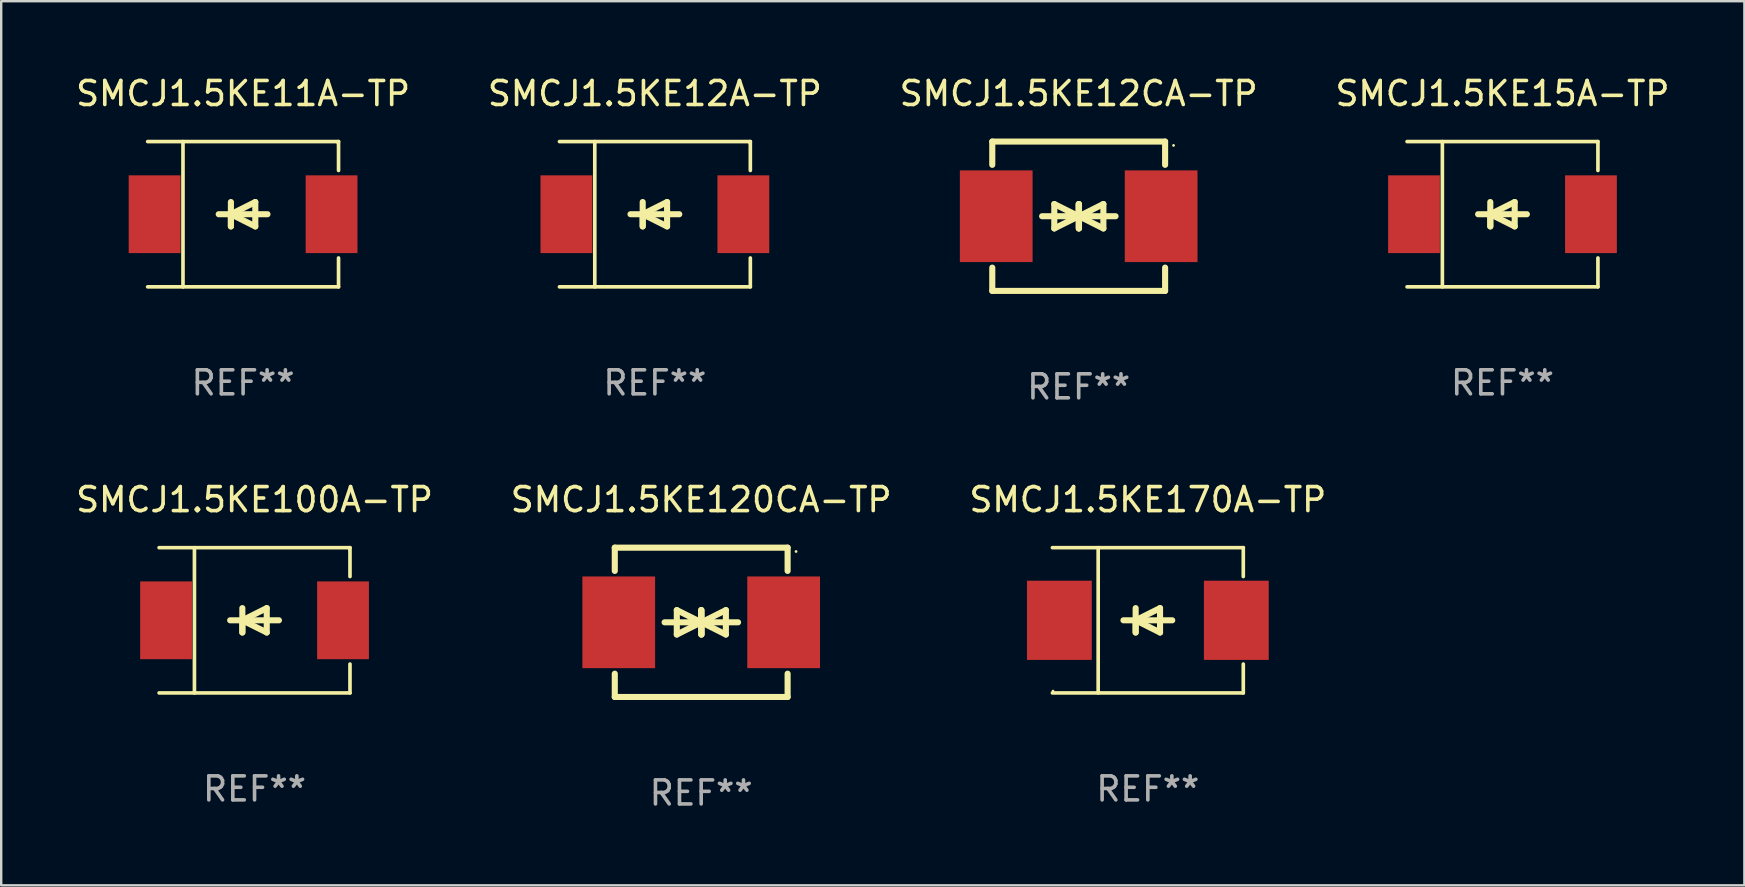
<source format=kicad_pcb>
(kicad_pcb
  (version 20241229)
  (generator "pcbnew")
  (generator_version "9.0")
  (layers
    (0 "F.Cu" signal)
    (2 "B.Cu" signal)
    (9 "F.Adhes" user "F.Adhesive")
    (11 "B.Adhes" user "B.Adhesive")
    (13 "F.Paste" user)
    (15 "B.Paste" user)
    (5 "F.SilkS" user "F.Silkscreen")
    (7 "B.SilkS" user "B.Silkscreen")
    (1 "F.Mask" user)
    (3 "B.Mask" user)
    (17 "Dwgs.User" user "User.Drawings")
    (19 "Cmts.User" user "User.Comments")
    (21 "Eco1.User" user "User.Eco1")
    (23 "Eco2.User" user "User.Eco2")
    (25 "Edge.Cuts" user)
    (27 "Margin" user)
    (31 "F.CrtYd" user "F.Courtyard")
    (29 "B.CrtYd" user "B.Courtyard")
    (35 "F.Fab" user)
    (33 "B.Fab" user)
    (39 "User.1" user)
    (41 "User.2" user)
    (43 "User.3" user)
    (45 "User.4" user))
  (footprint "SMCJ1.5KE11A-TP"
    (layer "F.Cu")
    (at 7.077 5.874)
    (property "Reference" "SMCJ1.5KE11A-TP" (at 0 -5.026 0) (layer "F.SilkS") (effects (font (size 1 1) (thickness 0.15))))
    (attr through_hole)
    (fp_line (start -3.976 -3.026) (end 3.976 -3.026) (stroke (width 0.152) (type solid)) (layer "F.SilkS"))
    (fp_line (start -3.976 3.026) (end 3.976 3.026) (stroke (width 0.152) (type solid)) (layer "F.SilkS"))
    (fp_line (start -2.504 -3.026) (end -2.504 3.026) (stroke (width 0.152) (type solid)) (layer "F.SilkS"))
    (fp_line (start -0.508 0) (end -0.508 0.508) (stroke (width 0.254) (type solid)) (layer "F.SilkS"))
    (fp_line (start -0.508 0) (end 0.508 0.508) (stroke (width 0.254) (type solid)) (layer "F.SilkS"))
    (fp_line (start -0.508 0.508) (end -0.508 -0.508) (stroke (width 0.254) (type solid)) (layer "F.SilkS"))
    (fp_line (start 0.508 -0.508) (end -0.508 0) (stroke (width 0.254) (type solid)) (layer "F.SilkS"))
    (fp_line (start 0.508 0.508) (end 0.508 -0.508) (stroke (width 0.254) (type solid)) (layer "F.SilkS"))
    (fp_line (start 1.016 0) (end -1.016 0) (stroke (width 0.254) (type solid)) (layer "F.SilkS"))
    (fp_line (start 3.976 -3.026) (end 3.976 -1.823) (stroke (width 0.152) (type solid)) (layer "F.SilkS"))
    (fp_line (start 3.976 3.026) (end 3.976 1.823) (stroke (width 0.152) (type solid)) (layer "F.SilkS"))
    (fp_circle (center 3.95 -2.95) (end 3.98 -2.95) (stroke (width 0.06) (type solid)) (fill no) (layer "F.SilkS"))
    (fp_text user "REF**" (at 0 7.026 0) (layer "F.Fab") (effects (font (size 1 1) (thickness 0.15))))
    (pad "1" smd rect (at 3.686 0 180) (size 2.158 3.24) (layers "F.Cu" "F.Mask" "F.Paste"))
    (pad "2" smd rect (at -3.686 0 180) (size 2.158 3.24) (layers "F.Cu" "F.Mask" "F.Paste")))
  (footprint "SMCJ1.5KE12CA-TP"
    (layer "F.Cu")
    (at 41.887 5.958)
    (property "Reference" "SMCJ1.5KE12CA-TP" (at 0 -5.11 0) (layer "F.SilkS") (effects (font (size 1 1) (thickness 0.15))))
    (attr through_hole)
    (fp_line (start -3.6 -2.141) (end -3.6 -3.11) (stroke (width 0.254) (type solid)) (layer "F.SilkS"))
    (fp_line (start -3.6 3.11) (end -3.6 2.141) (stroke (width 0.254) (type solid)) (layer "F.SilkS"))
    (fp_line (start -1.524 0) (end 0.508 0) (stroke (width 0.254) (type solid)) (layer "F.SilkS"))
    (fp_line (start -1.016 -0.508) (end -1.016 0.508) (stroke (width 0.254) (type solid)) (layer "F.SilkS"))
    (fp_line (start -1.016 0.508) (end 0 0) (stroke (width 0.254) (type solid)) (layer "F.SilkS"))
    (fp_line (start 0 -0.508) (end 0 0.508) (stroke (width 0.254) (type solid)) (layer "F.SilkS"))
    (fp_line (start 0 0) (end -1.016 -0.508) (stroke (width 0.254) (type solid)) (layer "F.SilkS"))
    (fp_line (start 0 0) (end 0 -0.508) (stroke (width 0.254) (type solid)) (layer "F.SilkS"))
    (fp_line (start 0.012 0) (end 0.012 0.508) (stroke (width 0.254) (type solid)) (layer "F.SilkS"))
    (fp_line (start 0.012 0) (end 1.028 0.508) (stroke (width 0.254) (type solid)) (layer "F.SilkS"))
    (fp_line (start 0.012 0.508) (end 0.012 -0.508) (stroke (width 0.254) (type solid)) (layer "F.SilkS"))
    (fp_line (start 1.028 -0.508) (end 0.012 0) (stroke (width 0.254) (type solid)) (layer "F.SilkS"))
    (fp_line (start 1.028 0.508) (end 1.028 -0.508) (stroke (width 0.254) (type solid)) (layer "F.SilkS"))
    (fp_line (start 1.536 0) (end -0.496 0) (stroke (width 0.254) (type solid)) (layer "F.SilkS"))
    (fp_line (start 3.6 -3.11) (end -3.6 -3.11) (stroke (width 0.254) (type solid)) (layer "F.SilkS"))
    (fp_line (start 3.6 -2.141) (end 3.6 -3.11) (stroke (width 0.254) (type solid)) (layer "F.SilkS"))
    (fp_line (start 3.6 3.11) (end -3.6 3.11) (stroke (width 0.254) (type solid)) (layer "F.SilkS"))
    (fp_line (start 3.6 3.11) (end 3.6 2.141) (stroke (width 0.254) (type solid)) (layer "F.SilkS"))
    (fp_circle (center 3.952 -2.95) (end 3.982 -2.95) (stroke (width 0.06) (type solid)) (fill no) (layer "F.SilkS"))
    (fp_text user "REF**" (at 0 7.11 0) (layer "F.Fab") (effects (font (size 1 1) (thickness 0.15))))
    (pad "1" smd rect (at 3.435 0) (size 3.03 3.82) (layers "F.Cu" "F.Mask" "F.Paste"))
    (pad "2" smd rect (at -3.435 0) (size 3.03 3.82) (layers "F.Cu" "F.Mask" "F.Paste")))
  (footprint "SMCJ1.5KE170A-TP"
    (layer "F.Cu")
    (at 44.768 22.791)
    (property "Reference" "SMCJ1.5KE170A-TP" (at 0 -5.026 0) (layer "F.SilkS") (effects (font (size 1 1) (thickness 0.15))))
    (attr through_hole)
    (fp_line (start -3.976 -3.026) (end 3.976 -3.026) (stroke (width 0.152) (type solid)) (layer "F.SilkS"))
    (fp_line (start -3.976 3.026) (end 3.976 3.026) (stroke (width 0.152) (type solid)) (layer "F.SilkS"))
    (fp_line (start -2.069 -3.026) (end -2.069 3.026) (stroke (width 0.152) (type solid)) (layer "F.SilkS"))
    (fp_line (start -0.508 0) (end -0.508 0.508) (stroke (width 0.254) (type solid)) (layer "F.SilkS"))
    (fp_line (start -0.508 0) (end 0.508 0.508) (stroke (width 0.254) (type solid)) (layer "F.SilkS"))
    (fp_line (start -0.508 0.508) (end -0.508 -0.508) (stroke (width 0.254) (type solid)) (layer "F.SilkS"))
    (fp_line (start 0.508 -0.508) (end -0.508 0) (stroke (width 0.254) (type solid)) (layer "F.SilkS"))
    (fp_line (start 0.508 0.508) (end 0.508 -0.508) (stroke (width 0.254) (type solid)) (layer "F.SilkS"))
    (fp_line (start 1.016 0) (end -1.016 0) (stroke (width 0.254) (type solid)) (layer "F.SilkS"))
    (fp_line (start 3.976 -3.026) (end 3.976 -1.823) (stroke (width 0.152) (type solid)) (layer "F.SilkS"))
    (fp_line (start 3.976 3.026) (end 3.976 1.823) (stroke (width 0.152) (type solid)) (layer "F.SilkS"))
    (fp_circle (center -3.95 2.95) (end -3.92 2.95) (stroke (width 0.06) (type solid)) (fill no) (layer "F.SilkS"))
    (fp_text user "REF**" (at 0 7.026 0) (layer "F.Fab") (effects (font (size 1 1) (thickness 0.15))))
    (pad "1" smd rect (at -3.686 0) (size 2.7 3.3) (layers "F.Cu" "F.Mask" "F.Paste"))
    (pad "2" smd rect (at 3.686 0) (size 2.7 3.3) (layers "F.Cu" "F.Mask" "F.Paste")))
  (footprint "SMCJ1.5KE12A-TP"
    (layer "F.Cu")
    (at 24.232 5.874)
    (property "Reference" "SMCJ1.5KE12A-TP" (at 0 -5.026 0) (layer "F.SilkS") (effects (font (size 1 1) (thickness 0.15))))
    (attr through_hole)
    (fp_line (start -3.976 -3.026) (end 3.976 -3.026) (stroke (width 0.152) (type solid)) (layer "F.SilkS"))
    (fp_line (start -3.976 3.026) (end 3.976 3.026) (stroke (width 0.152) (type solid)) (layer "F.SilkS"))
    (fp_line (start -2.504 -3.026) (end -2.504 3.026) (stroke (width 0.152) (type solid)) (layer "F.SilkS"))
    (fp_line (start -0.508 0) (end -0.508 0.508) (stroke (width 0.254) (type solid)) (layer "F.SilkS"))
    (fp_line (start -0.508 0) (end 0.508 0.508) (stroke (width 0.254) (type solid)) (layer "F.SilkS"))
    (fp_line (start -0.508 0.508) (end -0.508 -0.508) (stroke (width 0.254) (type solid)) (layer "F.SilkS"))
    (fp_line (start 0.508 -0.508) (end -0.508 0) (stroke (width 0.254) (type solid)) (layer "F.SilkS"))
    (fp_line (start 0.508 0.508) (end 0.508 -0.508) (stroke (width 0.254) (type solid)) (layer "F.SilkS"))
    (fp_line (start 1.016 0) (end -1.016 0) (stroke (width 0.254) (type solid)) (layer "F.SilkS"))
    (fp_line (start 3.976 -3.026) (end 3.976 -1.823) (stroke (width 0.152) (type solid)) (layer "F.SilkS"))
    (fp_line (start 3.976 3.026) (end 3.976 1.823) (stroke (width 0.152) (type solid)) (layer "F.SilkS"))
    (fp_circle (center 3.95 -2.95) (end 3.98 -2.95) (stroke (width 0.06) (type solid)) (fill no) (layer "F.SilkS"))
    (fp_text user "REF**" (at 0 7.026 0) (layer "F.Fab") (effects (font (size 1 1) (thickness 0.15))))
    (pad "1" smd rect (at 3.686 0 180) (size 2.158 3.24) (layers "F.Cu" "F.Mask" "F.Paste"))
    (pad "2" smd rect (at -3.686 0 180) (size 2.158 3.24) (layers "F.Cu" "F.Mask" "F.Paste")))
  (footprint "SMCJ1.5KE120CA-TP"
    (layer "F.Cu")
    (at 26.161 22.875)
    (property "Reference" "SMCJ1.5KE120CA-TP" (at 0 -5.11 0) (layer "F.SilkS") (effects (font (size 1 1) (thickness 0.15))))
    (attr through_hole)
    (fp_line (start -3.6 -2.141) (end -3.6 -3.11) (stroke (width 0.254) (type solid)) (layer "F.SilkS"))
    (fp_line (start -3.6 3.11) (end -3.6 2.141) (stroke (width 0.254) (type solid)) (layer "F.SilkS"))
    (fp_line (start -1.524 0) (end 0.508 0) (stroke (width 0.254) (type solid)) (layer "F.SilkS"))
    (fp_line (start -1.016 -0.508) (end -1.016 0.508) (stroke (width 0.254) (type solid)) (layer "F.SilkS"))
    (fp_line (start -1.016 0.508) (end 0 0) (stroke (width 0.254) (type solid)) (layer "F.SilkS"))
    (fp_line (start 0 -0.508) (end 0 0.508) (stroke (width 0.254) (type solid)) (layer "F.SilkS"))
    (fp_line (start 0 0) (end -1.016 -0.508) (stroke (width 0.254) (type solid)) (layer "F.SilkS"))
    (fp_line (start 0 0) (end 0 -0.508) (stroke (width 0.254) (type solid)) (layer "F.SilkS"))
    (fp_line (start 0.012 0) (end 0.012 0.508) (stroke (width 0.254) (type solid)) (layer "F.SilkS"))
    (fp_line (start 0.012 0) (end 1.028 0.508) (stroke (width 0.254) (type solid)) (layer "F.SilkS"))
    (fp_line (start 0.012 0.508) (end 0.012 -0.508) (stroke (width 0.254) (type solid)) (layer "F.SilkS"))
    (fp_line (start 1.028 -0.508) (end 0.012 0) (stroke (width 0.254) (type solid)) (layer "F.SilkS"))
    (fp_line (start 1.028 0.508) (end 1.028 -0.508) (stroke (width 0.254) (type solid)) (layer "F.SilkS"))
    (fp_line (start 1.536 0) (end -0.496 0) (stroke (width 0.254) (type solid)) (layer "F.SilkS"))
    (fp_line (start 3.6 -3.11) (end -3.6 -3.11) (stroke (width 0.254) (type solid)) (layer "F.SilkS"))
    (fp_line (start 3.6 -2.141) (end 3.6 -3.11) (stroke (width 0.254) (type solid)) (layer "F.SilkS"))
    (fp_line (start 3.6 3.11) (end -3.6 3.11) (stroke (width 0.254) (type solid)) (layer "F.SilkS"))
    (fp_line (start 3.6 3.11) (end 3.6 2.141) (stroke (width 0.254) (type solid)) (layer "F.SilkS"))
    (fp_circle (center 3.952 -2.95) (end 3.982 -2.95) (stroke (width 0.06) (type solid)) (fill no) (layer "F.SilkS"))
    (fp_text user "REF**" (at 0 7.11 0) (layer "F.Fab") (effects (font (size 1 1) (thickness 0.15))))
    (pad "1" smd rect (at 3.435 0) (size 3.03 3.82) (layers "F.Cu" "F.Mask" "F.Paste"))
    (pad "2" smd rect (at -3.435 0) (size 3.03 3.82) (layers "F.Cu" "F.Mask" "F.Paste")))
  (footprint "SMCJ1.5KE100A-TP"
    (layer "F.Cu")
    (at 7.554 22.791)
    (property "Reference" "SMCJ1.5KE100A-TP" (at 0 -5.026 0) (layer "F.SilkS") (effects (font (size 1 1) (thickness 0.15))))
    (attr through_hole)
    (fp_line (start -3.976 -3.026) (end 3.976 -3.026) (stroke (width 0.152) (type solid)) (layer "F.SilkS"))
    (fp_line (start -3.976 3.026) (end 3.976 3.026) (stroke (width 0.152) (type solid)) (layer "F.SilkS"))
    (fp_line (start -2.504 -3.026) (end -2.504 3.026) (stroke (width 0.152) (type solid)) (layer "F.SilkS"))
    (fp_line (start -0.508 0) (end -0.508 0.508) (stroke (width 0.254) (type solid)) (layer "F.SilkS"))
    (fp_line (start -0.508 0) (end 0.508 0.508) (stroke (width 0.254) (type solid)) (layer "F.SilkS"))
    (fp_line (start -0.508 0.508) (end -0.508 -0.508) (stroke (width 0.254) (type solid)) (layer "F.SilkS"))
    (fp_line (start 0.508 -0.508) (end -0.508 0) (stroke (width 0.254) (type solid)) (layer "F.SilkS"))
    (fp_line (start 0.508 0.508) (end 0.508 -0.508) (stroke (width 0.254) (type solid)) (layer "F.SilkS"))
    (fp_line (start 1.016 0) (end -1.016 0) (stroke (width 0.254) (type solid)) (layer "F.SilkS"))
    (fp_line (start 3.976 -3.026) (end 3.976 -1.823) (stroke (width 0.152) (type solid)) (layer "F.SilkS"))
    (fp_line (start 3.976 3.026) (end 3.976 1.823) (stroke (width 0.152) (type solid)) (layer "F.SilkS"))
    (fp_circle (center 3.95 -2.95) (end 3.98 -2.95) (stroke (width 0.06) (type solid)) (fill no) (layer "F.SilkS"))
    (fp_text user "REF**" (at 0 7.026 0) (layer "F.Fab") (effects (font (size 1 1) (thickness 0.15))))
    (pad "1" smd rect (at 3.686 0 180) (size 2.158 3.24) (layers "F.Cu" "F.Mask" "F.Paste"))
    (pad "2" smd rect (at -3.686 0 180) (size 2.158 3.24) (layers "F.Cu" "F.Mask" "F.Paste")))
  (footprint "SMCJ1.5KE15A-TP"
    (layer "F.Cu")
    (at 59.542 5.874)
    (property "Reference" "SMCJ1.5KE15A-TP" (at 0 -5.026 0) (layer "F.SilkS") (effects (font (size 1 1) (thickness 0.15))))
    (attr through_hole)
    (fp_line (start -3.976 -3.026) (end 3.976 -3.026) (stroke (width 0.152) (type solid)) (layer "F.SilkS"))
    (fp_line (start -3.976 3.026) (end 3.976 3.026) (stroke (width 0.152) (type solid)) (layer "F.SilkS"))
    (fp_line (start -2.504 -3.026) (end -2.504 3.026) (stroke (width 0.152) (type solid)) (layer "F.SilkS"))
    (fp_line (start -0.508 0) (end -0.508 0.508) (stroke (width 0.254) (type solid)) (layer "F.SilkS"))
    (fp_line (start -0.508 0) (end 0.508 0.508) (stroke (width 0.254) (type solid)) (layer "F.SilkS"))
    (fp_line (start -0.508 0.508) (end -0.508 -0.508) (stroke (width 0.254) (type solid)) (layer "F.SilkS"))
    (fp_line (start 0.508 -0.508) (end -0.508 0) (stroke (width 0.254) (type solid)) (layer "F.SilkS"))
    (fp_line (start 0.508 0.508) (end 0.508 -0.508) (stroke (width 0.254) (type solid)) (layer "F.SilkS"))
    (fp_line (start 1.016 0) (end -1.016 0) (stroke (width 0.254) (type solid)) (layer "F.SilkS"))
    (fp_line (start 3.976 -3.026) (end 3.976 -1.823) (stroke (width 0.152) (type solid)) (layer "F.SilkS"))
    (fp_line (start 3.976 3.026) (end 3.976 1.823) (stroke (width 0.152) (type solid)) (layer "F.SilkS"))
    (fp_circle (center 3.95 -2.95) (end 3.98 -2.95) (stroke (width 0.06) (type solid)) (fill no) (layer "F.SilkS"))
    (fp_text user "REF**" (at 0 7.026 0) (layer "F.Fab") (effects (font (size 1 1) (thickness 0.15))))
    (pad "1" smd rect (at 3.686 0 180) (size 2.158 3.24) (layers "F.Cu" "F.Mask" "F.Paste"))
    (pad "2" smd rect (at -3.686 0 180) (size 2.158 3.24) (layers "F.Cu" "F.Mask" "F.Paste")))
  (gr_rect
    (start -3 -3)
    (end 69.619 33.833)
    (stroke (width 0.1) (type default))
    (fill no)
    (layer "Edge.Cuts")))
</source>
